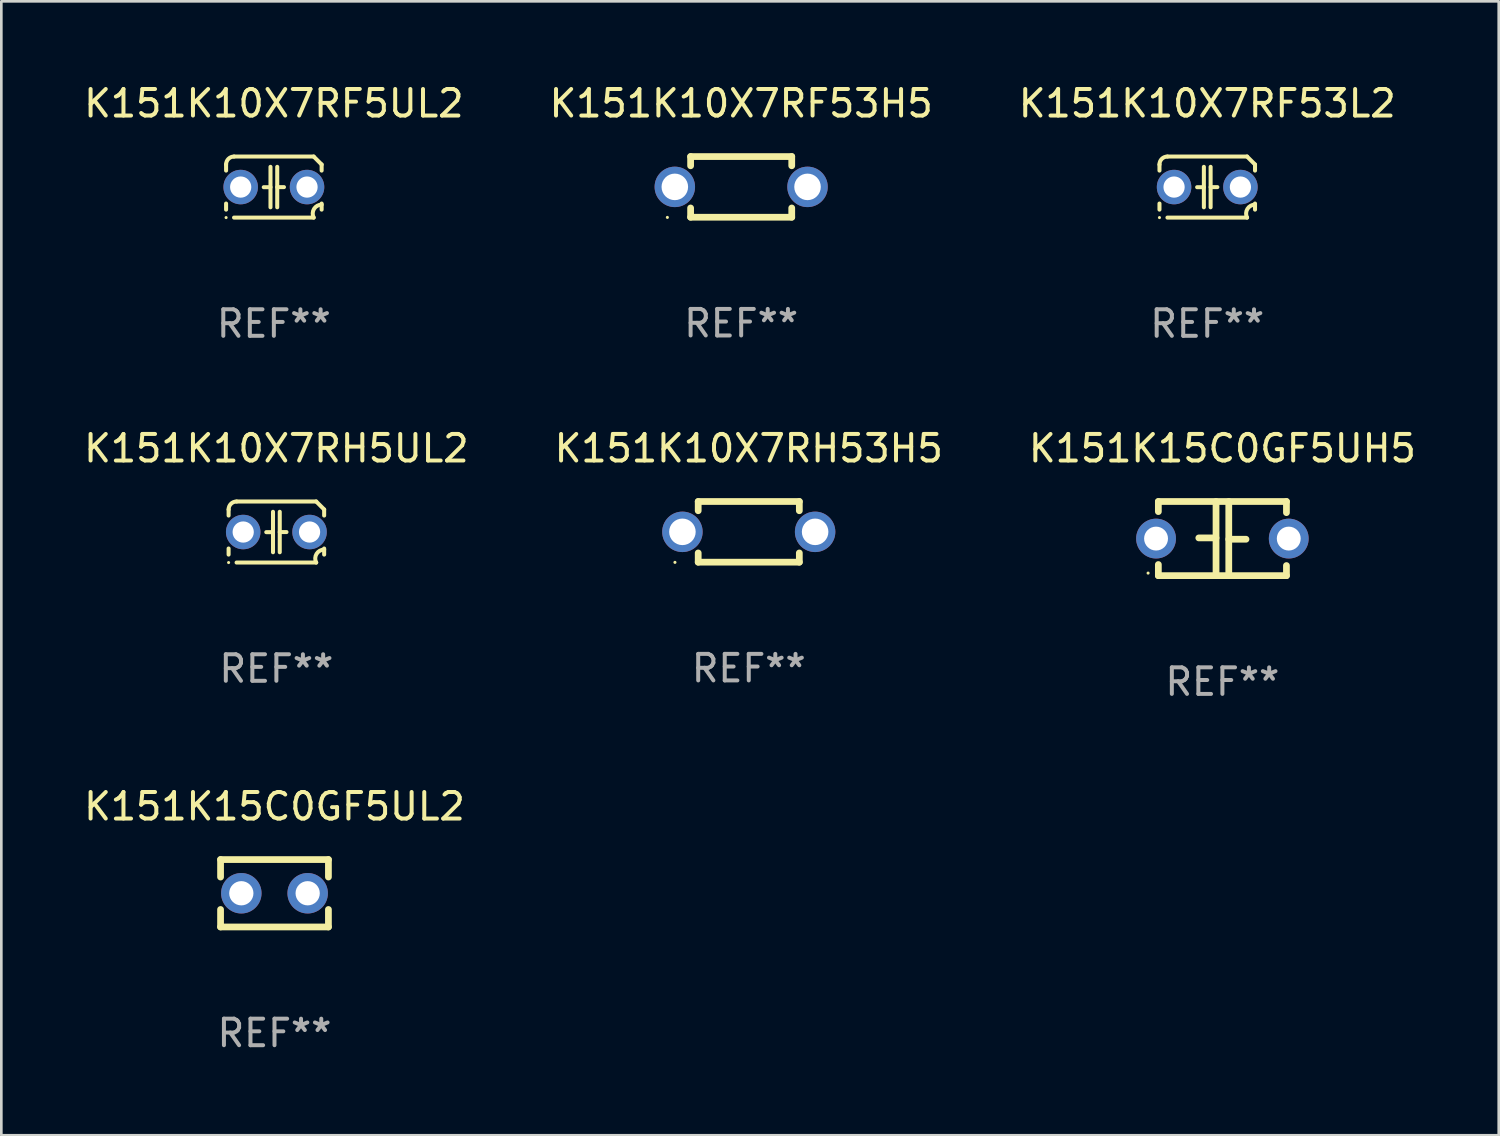
<source format=kicad_pcb>
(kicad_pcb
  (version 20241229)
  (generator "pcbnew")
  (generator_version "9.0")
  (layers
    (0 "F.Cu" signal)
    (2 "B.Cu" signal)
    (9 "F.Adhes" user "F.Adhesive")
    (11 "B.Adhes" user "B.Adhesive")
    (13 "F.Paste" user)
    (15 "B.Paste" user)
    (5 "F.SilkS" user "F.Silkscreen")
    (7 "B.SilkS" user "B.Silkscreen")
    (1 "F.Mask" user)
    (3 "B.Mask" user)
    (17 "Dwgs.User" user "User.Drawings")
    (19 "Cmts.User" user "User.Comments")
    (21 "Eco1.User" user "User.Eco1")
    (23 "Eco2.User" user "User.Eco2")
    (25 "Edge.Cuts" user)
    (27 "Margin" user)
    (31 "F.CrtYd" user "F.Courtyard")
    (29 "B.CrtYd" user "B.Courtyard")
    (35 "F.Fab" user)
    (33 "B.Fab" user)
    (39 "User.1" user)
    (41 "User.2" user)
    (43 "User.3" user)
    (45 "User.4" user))
  (footprint "K151K10X7RF53L2"
    (layer "F.Cu")
    (at 42.435 3.998)
    (property "Reference" "K151K10X7RF53L2" (at 0 -3.15 0) (layer "F.SilkS") (effects (font (size 1 1) (thickness 0.15))))
    (attr through_hole)
    (fp_line (start -1.8 -0.621) (end -1.8 -0.85) (stroke (width 0.152) (type solid)) (layer "F.SilkS"))
    (fp_line (start -1.8 0.85) (end -1.8 0.621) (stroke (width 0.152) (type solid)) (layer "F.SilkS"))
    (fp_line (start -1.5 -1.15) (end 1.5 -1.15) (stroke (width 0.152) (type solid)) (layer "F.SilkS"))
    (fp_line (start -0.127 -0.762) (end -0.127 0.762) (stroke (width 0.152) (type solid)) (layer "F.SilkS"))
    (fp_line (start -0.127 0.005) (end -0.381 0.005) (stroke (width 0.152) (type solid)) (layer "F.SilkS"))
    (fp_line (start 0.127 -0.762) (end 0.127 0.762) (stroke (width 0.152) (type solid)) (layer "F.SilkS"))
    (fp_line (start 0.127 0.002) (end 0.381 0.002) (stroke (width 0.152) (type solid)) (layer "F.SilkS"))
    (fp_line (start 1.5 1.15) (end -1.5 1.15) (stroke (width 0.152) (type solid)) (layer "F.SilkS"))
    (fp_line (start 1.8 -0.85) (end 1.8 -0.621) (stroke (width 0.152) (type solid)) (layer "F.SilkS"))
    (fp_line (start 1.8 0.621) (end 1.8 0.85) (stroke (width 0.152) (type solid)) (layer "F.SilkS"))
    (fp_arc (start -1.799975 -0.849987) (mid -1.712107 -1.062119) (end -1.499975 -1.149987) (stroke (width 0.151994) (type solid)) (layer "F.SilkS"))
    (fp_arc (start 1.499975 1.149987) (mid 1.513726 0.822359) (end 1.799975 0.662387) (stroke (width 0.151994) (type solid)) (layer "F.SilkS"))
    (fp_arc (start 1.500001 -1.149986) (mid 1.650015 -1.000001) (end 1.8 -0.849987) (stroke (width 0.151994) (type solid)) (layer "F.SilkS"))
    (fp_circle (center -1.8 1.15) (end -1.77 1.15) (stroke (width 0.06) (type solid)) (fill no) (layer "F.SilkS"))
    (fp_text user "REF**" (at 0 5.15 0) (layer "F.Fab") (effects (font (size 1 1) (thickness 0.15))))
    (pad "1" thru_hole circle (at -1.25 0) (size 1.3 1.3) (drill 0.8) (layers "*.Cu" "*.Mask"))
    (pad "2" thru_hole circle (at 1.25 0) (size 1.3 1.3) (drill 0.8) (layers "*.Cu" "*.Mask")))
  (footprint "K151K10X7RH5UL2"
    (layer "F.Cu")
    (at 7.363 16.995)
    (property "Reference" "K151K10X7RH5UL2" (at 0 -3.15 0) (layer "F.SilkS") (effects (font (size 1 1) (thickness 0.15))))
    (attr through_hole)
    (fp_line (start -1.8 -0.621) (end -1.8 -0.85) (stroke (width 0.152) (type solid)) (layer "F.SilkS"))
    (fp_line (start -1.8 0.85) (end -1.8 0.621) (stroke (width 0.152) (type solid)) (layer "F.SilkS"))
    (fp_line (start -1.5 -1.15) (end 1.5 -1.15) (stroke (width 0.152) (type solid)) (layer "F.SilkS"))
    (fp_line (start -0.127 -0.762) (end -0.127 0.762) (stroke (width 0.152) (type solid)) (layer "F.SilkS"))
    (fp_line (start -0.127 0.005) (end -0.381 0.005) (stroke (width 0.152) (type solid)) (layer "F.SilkS"))
    (fp_line (start 0.127 -0.762) (end 0.127 0.762) (stroke (width 0.152) (type solid)) (layer "F.SilkS"))
    (fp_line (start 0.127 0.002) (end 0.381 0.002) (stroke (width 0.152) (type solid)) (layer "F.SilkS"))
    (fp_line (start 1.5 1.15) (end -1.5 1.15) (stroke (width 0.152) (type solid)) (layer "F.SilkS"))
    (fp_line (start 1.8 -0.85) (end 1.8 -0.621) (stroke (width 0.152) (type solid)) (layer "F.SilkS"))
    (fp_line (start 1.8 0.621) (end 1.8 0.85) (stroke (width 0.152) (type solid)) (layer "F.SilkS"))
    (fp_arc (start -1.799975 -0.849987) (mid -1.712107 -1.062119) (end -1.499975 -1.149987) (stroke (width 0.151994) (type solid)) (layer "F.SilkS"))
    (fp_arc (start 1.499975 1.149987) (mid 1.513726 0.822359) (end 1.799975 0.662387) (stroke (width 0.151994) (type solid)) (layer "F.SilkS"))
    (fp_arc (start 1.500001 -1.149986) (mid 1.650015 -1.000001) (end 1.8 -0.849987) (stroke (width 0.151994) (type solid)) (layer "F.SilkS"))
    (fp_circle (center -1.8 1.15) (end -1.77 1.15) (stroke (width 0.06) (type solid)) (fill no) (layer "F.SilkS"))
    (fp_text user "REF**" (at 0 5.15 0) (layer "F.Fab") (effects (font (size 1 1) (thickness 0.15))))
    (pad "1" thru_hole circle (at -1.25 0) (size 1.3 1.3) (drill 0.8) (layers "*.Cu" "*.Mask"))
    (pad "2" thru_hole circle (at 1.25 0) (size 1.3 1.3) (drill 0.8) (layers "*.Cu" "*.Mask")))
  (footprint "K151K10X7RH53H5"
    (layer "F.Cu")
    (at 25.161 16.988)
    (property "Reference" "K151K10X7RH53H5" (at 0 -3.143 0) (layer "F.SilkS") (effects (font (size 1 1) (thickness 0.15))))
    (attr through_hole)
    (fp_line (start -1.905 -1.143) (end 1.905 -1.143) (stroke (width 0.254) (type solid)) (layer "F.SilkS"))
    (fp_line (start -1.905 -0.795) (end -1.905 -1.143) (stroke (width 0.254) (type solid)) (layer "F.SilkS"))
    (fp_line (start -1.905 1.143) (end -1.905 0.795) (stroke (width 0.254) (type solid)) (layer "F.SilkS"))
    (fp_line (start 1.905 -1.143) (end 1.905 -0.795) (stroke (width 0.254) (type solid)) (layer "F.SilkS"))
    (fp_line (start 1.905 0.795) (end 1.905 1.143) (stroke (width 0.254) (type solid)) (layer "F.SilkS"))
    (fp_line (start 1.905 1.143) (end -1.905 1.143) (stroke (width 0.254) (type solid)) (layer "F.SilkS"))
    (fp_circle (center -2.781 1.15) (end -2.751 1.15) (stroke (width 0.06) (type solid)) (fill no) (layer "F.SilkS"))
    (fp_text user "REF**" (at 0 5.143 0) (layer "F.Fab") (effects (font (size 1 1) (thickness 0.15))))
    (pad "1" thru_hole circle (at -2.5 0) (size 1.524 1.524) (drill 1) (layers "*.Cu" "*.Mask"))
    (pad "2" thru_hole circle (at 2.5 0) (size 1.524 1.524) (drill 1) (layers "*.Cu" "*.Mask")))
  (footprint "K151K15C0GF5UL2"
    (layer "F.Cu")
    (at 7.292 30.605)
    (property "Reference" "K151K15C0GF5UL2" (at 0 -3.27 0) (layer "F.SilkS") (effects (font (size 1 1) (thickness 0.15))))
    (attr through_hole)
    (fp_line (start -2.032 -1.27) (end -2.032 -0.611) (stroke (width 0.254) (type solid)) (layer "F.SilkS"))
    (fp_line (start -2.032 0.611) (end -2.032 1.27) (stroke (width 0.254) (type solid)) (layer "F.SilkS"))
    (fp_line (start -2.032 1.27) (end 2.032 1.27) (stroke (width 0.254) (type solid)) (layer "F.SilkS"))
    (fp_line (start 2.032 -1.27) (end -2.032 -1.27) (stroke (width 0.254) (type solid)) (layer "F.SilkS"))
    (fp_line (start 2.032 -0.611) (end 2.032 -1.27) (stroke (width 0.254) (type solid)) (layer "F.SilkS"))
    (fp_line (start 2.032 1.27) (end 2.032 0.611) (stroke (width 0.254) (type solid)) (layer "F.SilkS"))
    (fp_circle (center -2 1.3) (end -1.97 1.3) (stroke (width 0.06) (type solid)) (fill no) (layer "F.SilkS"))
    (fp_text user "REF**" (at 0 5.27 0) (layer "F.Fab") (effects (font (size 1 1) (thickness 0.15))))
    (pad "1" thru_hole circle (at -1.25 0) (size 1.524 1.524) (drill 0.914) (layers "*.Cu" "*.Mask"))
    (pad "2" thru_hole circle (at 1.25 0) (size 1.524 1.524) (drill 0.914) (layers "*.Cu" "*.Mask")))
  (footprint "K151K15C0GF5UH5"
    (layer "F.Cu")
    (at 43.006 17.242)
    (property "Reference" "K151K15C0GF5UH5" (at 0 -3.397 0) (layer "F.SilkS") (effects (font (size 1 1) (thickness 0.15))))
    (attr through_hole)
    (fp_line (start -2.413 -1.397) (end 2.413 -1.397) (stroke (width 0.254) (type solid)) (layer "F.SilkS"))
    (fp_line (start -2.413 -1.016) (end -2.413 -1.397) (stroke (width 0.254) (type solid)) (layer "F.SilkS"))
    (fp_line (start -2.413 0.977) (end -2.413 1.397) (stroke (width 0.254) (type solid)) (layer "F.SilkS"))
    (fp_line (start -0.24 -0.025) (end -0.889 -0.025) (stroke (width 0.254) (type solid)) (layer "F.SilkS"))
    (fp_line (start -0.24 1.397) (end -0.24 -1.397) (stroke (width 0.254) (type solid)) (layer "F.SilkS"))
    (fp_line (start 0.24 -1.397) (end 0.24 1.397) (stroke (width 0.254) (type solid)) (layer "F.SilkS"))
    (fp_line (start 0.24 0.025) (end 0.889 0.025) (stroke (width 0.254) (type solid)) (layer "F.SilkS"))
    (fp_line (start 2.413 -0.977) (end 2.413 -1.397) (stroke (width 0.254) (type solid)) (layer "F.SilkS"))
    (fp_line (start 2.413 1.016) (end 2.413 1.397) (stroke (width 0.254) (type solid)) (layer "F.SilkS"))
    (fp_line (start 2.413 1.397) (end -2.413 1.397) (stroke (width 0.254) (type solid)) (layer "F.SilkS"))
    (fp_circle (center -2.8 1.3) (end -2.77 1.3) (stroke (width 0.06) (type solid)) (fill no) (layer "F.SilkS"))
    (fp_text user "REF**" (at 0 5.397 0) (layer "F.Fab") (effects (font (size 1 1) (thickness 0.15))))
    (pad "1" thru_hole circle (at -2.5 0) (size 1.5 1.5) (drill 0.9) (layers "*.Cu" "*.Mask"))
    (pad "2" thru_hole circle (at 2.5 0) (size 1.5 1.5) (drill 0.9) (layers "*.Cu" "*.Mask")))
  (footprint "K151K10X7RF5UL2"
    (layer "F.Cu")
    (at 7.268 3.998)
    (property "Reference" "K151K10X7RF5UL2" (at 0 -3.15 0) (layer "F.SilkS") (effects (font (size 1 1) (thickness 0.15))))
    (attr through_hole)
    (fp_line (start -1.8 -0.621) (end -1.8 -0.85) (stroke (width 0.152) (type solid)) (layer "F.SilkS"))
    (fp_line (start -1.8 0.85) (end -1.8 0.621) (stroke (width 0.152) (type solid)) (layer "F.SilkS"))
    (fp_line (start -1.5 -1.15) (end 1.5 -1.15) (stroke (width 0.152) (type solid)) (layer "F.SilkS"))
    (fp_line (start -0.127 -0.762) (end -0.127 0.762) (stroke (width 0.152) (type solid)) (layer "F.SilkS"))
    (fp_line (start -0.127 0.005) (end -0.381 0.005) (stroke (width 0.152) (type solid)) (layer "F.SilkS"))
    (fp_line (start 0.127 -0.762) (end 0.127 0.762) (stroke (width 0.152) (type solid)) (layer "F.SilkS"))
    (fp_line (start 0.127 0.002) (end 0.381 0.002) (stroke (width 0.152) (type solid)) (layer "F.SilkS"))
    (fp_line (start 1.5 1.15) (end -1.5 1.15) (stroke (width 0.152) (type solid)) (layer "F.SilkS"))
    (fp_line (start 1.8 -0.85) (end 1.8 -0.621) (stroke (width 0.152) (type solid)) (layer "F.SilkS"))
    (fp_line (start 1.8 0.621) (end 1.8 0.85) (stroke (width 0.152) (type solid)) (layer "F.SilkS"))
    (fp_arc (start -1.799975 -0.849987) (mid -1.712107 -1.062119) (end -1.499975 -1.149987) (stroke (width 0.151994) (type solid)) (layer "F.SilkS"))
    (fp_arc (start 1.499975 1.149987) (mid 1.513726 0.822359) (end 1.799975 0.662387) (stroke (width 0.151994) (type solid)) (layer "F.SilkS"))
    (fp_arc (start 1.500001 -1.149986) (mid 1.650015 -1.000001) (end 1.8 -0.849987) (stroke (width 0.151994) (type solid)) (layer "F.SilkS"))
    (fp_circle (center -1.8 1.15) (end -1.77 1.15) (stroke (width 0.06) (type solid)) (fill no) (layer "F.SilkS"))
    (fp_text user "REF**" (at 0 5.15 0) (layer "F.Fab") (effects (font (size 1 1) (thickness 0.15))))
    (pad "1" thru_hole circle (at -1.25 0) (size 1.3 1.3) (drill 0.8) (layers "*.Cu" "*.Mask"))
    (pad "2" thru_hole circle (at 1.25 0) (size 1.3 1.3) (drill 0.8) (layers "*.Cu" "*.Mask")))
  (footprint "K151K10X7RF53H5"
    (layer "F.Cu")
    (at 24.875 3.991)
    (property "Reference" "K151K10X7RF53H5" (at 0 -3.143 0) (layer "F.SilkS") (effects (font (size 1 1) (thickness 0.15))))
    (attr through_hole)
    (fp_line (start -1.905 -1.143) (end 1.905 -1.143) (stroke (width 0.254) (type solid)) (layer "F.SilkS"))
    (fp_line (start -1.905 -0.795) (end -1.905 -1.143) (stroke (width 0.254) (type solid)) (layer "F.SilkS"))
    (fp_line (start -1.905 1.143) (end -1.905 0.795) (stroke (width 0.254) (type solid)) (layer "F.SilkS"))
    (fp_line (start 1.905 -1.143) (end 1.905 -0.795) (stroke (width 0.254) (type solid)) (layer "F.SilkS"))
    (fp_line (start 1.905 0.795) (end 1.905 1.143) (stroke (width 0.254) (type solid)) (layer "F.SilkS"))
    (fp_line (start 1.905 1.143) (end -1.905 1.143) (stroke (width 0.254) (type solid)) (layer "F.SilkS"))
    (fp_circle (center -2.781 1.15) (end -2.751 1.15) (stroke (width 0.06) (type solid)) (fill no) (layer "F.SilkS"))
    (fp_text user "REF**" (at 0 5.143 0) (layer "F.Fab") (effects (font (size 1 1) (thickness 0.15))))
    (pad "1" thru_hole circle (at -2.5 0) (size 1.524 1.524) (drill 1) (layers "*.Cu" "*.Mask"))
    (pad "2" thru_hole circle (at 2.5 0) (size 1.524 1.524) (drill 1) (layers "*.Cu" "*.Mask")))
  (gr_rect
    (start -3 -3)
    (end 53.417 39.723)
    (stroke (width 0.1) (type default))
    (fill no)
    (layer "Edge.Cuts")))
</source>
